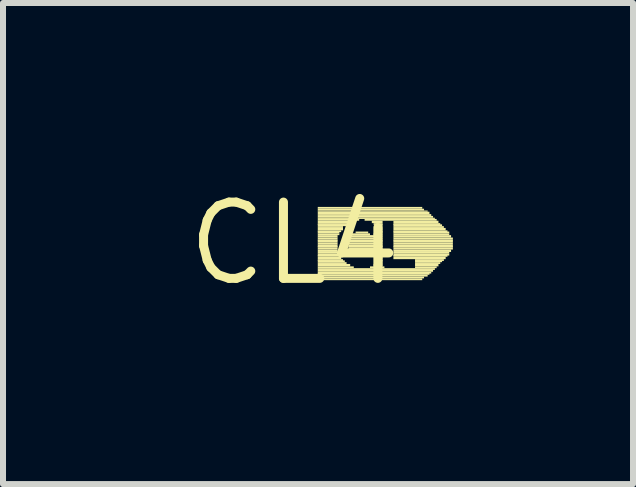
<source format=kicad_pcb>
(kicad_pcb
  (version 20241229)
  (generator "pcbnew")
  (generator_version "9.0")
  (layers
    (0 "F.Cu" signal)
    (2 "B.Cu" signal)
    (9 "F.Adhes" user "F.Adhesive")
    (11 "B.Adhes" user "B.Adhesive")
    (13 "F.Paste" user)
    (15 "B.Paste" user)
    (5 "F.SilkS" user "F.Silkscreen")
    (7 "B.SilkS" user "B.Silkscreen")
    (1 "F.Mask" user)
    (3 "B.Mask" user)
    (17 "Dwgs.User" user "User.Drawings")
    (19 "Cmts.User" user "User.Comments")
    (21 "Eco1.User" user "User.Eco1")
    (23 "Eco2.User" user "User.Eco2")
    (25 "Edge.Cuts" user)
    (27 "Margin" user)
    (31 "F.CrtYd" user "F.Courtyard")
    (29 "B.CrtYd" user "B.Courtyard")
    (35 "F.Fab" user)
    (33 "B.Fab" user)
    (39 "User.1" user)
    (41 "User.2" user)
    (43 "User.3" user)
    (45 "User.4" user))
  (footprint "CL4"
    (layer "F.Cu")
    (at 1.852 1.006)
    (property "Reference" "CL4" (at 0 0 0) (layer "F.SilkS") (effects (font (size 1.27 1.27) (thickness 0.15))))
    (attr through_hole)
    (fp_poly (pts (xy 0.39 -0.58) (xy 2.13 -0.58) (xy 2.13 -0.61) (xy 0.39 -0.61)) (stroke (width 0) (type solid)) (fill yes) (layer "F.SilkS"))
    (fp_poly (pts (xy 0.39 -0.55) (xy 2.16 -0.55) (xy 2.16 -0.58) (xy 0.39 -0.58)) (stroke (width 0) (type solid)) (fill yes) (layer "F.SilkS"))
    (fp_poly (pts (xy 0.39 -0.53) (xy 2.22 -0.53) (xy 2.22 -0.55) (xy 0.39 -0.55)) (stroke (width 0) (type solid)) (fill yes) (layer "F.SilkS"))
    (fp_poly (pts (xy 0.39 -0.49) (xy 2.25 -0.49) (xy 2.25 -0.53) (xy 0.39 -0.53)) (stroke (width 0) (type solid)) (fill yes) (layer "F.SilkS"))
    (fp_poly (pts (xy 0.39 -0.46) (xy 2.28 -0.46) (xy 2.28 -0.49) (xy 0.39 -0.49)) (stroke (width 0) (type solid)) (fill yes) (layer "F.SilkS"))
    (fp_poly (pts (xy 0.39 -0.43) (xy 2.31 -0.43) (xy 2.31 -0.46) (xy 0.39 -0.46)) (stroke (width 0) (type solid)) (fill yes) (layer "F.SilkS"))
    (fp_poly (pts (xy 0.39 -0.41) (xy 2.34 -0.41) (xy 2.34 -0.43) (xy 0.39 -0.43)) (stroke (width 0) (type solid)) (fill yes) (layer "F.SilkS"))
    (fp_poly (pts (xy 0.39 -0.38) (xy 1.08 -0.38) (xy 1.08 -0.41) (xy 0.39 -0.41)) (stroke (width 0) (type solid)) (fill yes) (layer "F.SilkS"))
    (fp_poly (pts (xy 0.39 -0.34) (xy 0.96 -0.34) (xy 0.96 -0.38) (xy 0.39 -0.38)) (stroke (width 0) (type solid)) (fill yes) (layer "F.SilkS"))
    (fp_poly (pts (xy 0.39 -0.31) (xy 0.9 -0.31) (xy 0.9 -0.34) (xy 0.39 -0.34)) (stroke (width 0) (type solid)) (fill yes) (layer "F.SilkS"))
    (fp_poly (pts (xy 0.39 -0.29) (xy 0.87 -0.29) (xy 0.87 -0.32) (xy 0.39 -0.32)) (stroke (width 0) (type solid)) (fill yes) (layer "F.SilkS"))
    (fp_poly (pts (xy 0.39 -0.26) (xy 0.81 -0.26) (xy 0.81 -0.29) (xy 0.39 -0.29)) (stroke (width 0) (type solid)) (fill yes) (layer "F.SilkS"))
    (fp_poly (pts (xy 0.39 -0.22) (xy 0.81 -0.22) (xy 0.81 -0.26) (xy 0.39 -0.26)) (stroke (width 0) (type solid)) (fill yes) (layer "F.SilkS"))
    (fp_poly (pts (xy 0.39 -0.19) (xy 0.78 -0.19) (xy 0.78 -0.22) (xy 0.39 -0.22)) (stroke (width 0) (type solid)) (fill yes) (layer "F.SilkS"))
    (fp_poly (pts (xy 0.39 -0.17) (xy 0.75 -0.17) (xy 0.75 -0.2) (xy 0.39 -0.2)) (stroke (width 0) (type solid)) (fill yes) (layer "F.SilkS"))
    (fp_poly (pts (xy 0.39 -0.14) (xy 0.75 -0.14) (xy 0.75 -0.17) (xy 0.39 -0.17)) (stroke (width 0) (type solid)) (fill yes) (layer "F.SilkS"))
    (fp_poly (pts (xy 0.39 -0.1) (xy 0.72 -0.1) (xy 0.72 -0.14) (xy 0.39 -0.14)) (stroke (width 0) (type solid)) (fill yes) (layer "F.SilkS"))
    (fp_poly (pts (xy 0.39 -0.07) (xy 0.72 -0.07) (xy 0.72 -0.1) (xy 0.39 -0.1)) (stroke (width 0) (type solid)) (fill yes) (layer "F.SilkS"))
    (fp_poly (pts (xy 0.39 -0.04) (xy 0.72 -0.04) (xy 0.72 -0.07) (xy 0.39 -0.07)) (stroke (width 0) (type solid)) (fill yes) (layer "F.SilkS"))
    (fp_poly (pts (xy 0.39 -0.02) (xy 0.72 -0.02) (xy 0.72 -0.05) (xy 0.39 -0.05)) (stroke (width 0) (type solid)) (fill yes) (layer "F.SilkS"))
    (fp_poly (pts (xy 0.39 0.02) (xy 0.72 0.02) (xy 0.72 -0.02) (xy 0.39 -0.02)) (stroke (width 0) (type solid)) (fill yes) (layer "F.SilkS"))
    (fp_poly (pts (xy 0.39 0.05) (xy 0.72 0.05) (xy 0.72 0.02) (xy 0.39 0.02)) (stroke (width 0) (type solid)) (fill yes) (layer "F.SilkS"))
    (fp_poly (pts (xy 0.39 0.07) (xy 0.72 0.07) (xy 0.72 0.04) (xy 0.39 0.04)) (stroke (width 0) (type solid)) (fill yes) (layer "F.SilkS"))
    (fp_poly (pts (xy 0.39 0.1) (xy 0.72 0.1) (xy 0.72 0.07) (xy 0.39 0.07)) (stroke (width 0) (type solid)) (fill yes) (layer "F.SilkS"))
    (fp_poly (pts (xy 0.39 0.14) (xy 0.72 0.14) (xy 0.72 0.1) (xy 0.39 0.1)) (stroke (width 0) (type solid)) (fill yes) (layer "F.SilkS"))
    (fp_poly (pts (xy 0.39 0.17) (xy 0.75 0.17) (xy 0.75 0.14) (xy 0.39 0.14)) (stroke (width 0) (type solid)) (fill yes) (layer "F.SilkS"))
    (fp_poly (pts (xy 0.39 0.2) (xy 0.75 0.2) (xy 0.75 0.17) (xy 0.39 0.17)) (stroke (width 0) (type solid)) (fill yes) (layer "F.SilkS"))
    (fp_poly (pts (xy 0.39 0.22) (xy 0.78 0.22) (xy 0.78 0.19) (xy 0.39 0.19)) (stroke (width 0) (type solid)) (fill yes) (layer "F.SilkS"))
    (fp_poly (pts (xy 0.39 0.26) (xy 0.78 0.26) (xy 0.78 0.22) (xy 0.39 0.22)) (stroke (width 0) (type solid)) (fill yes) (layer "F.SilkS"))
    (fp_poly (pts (xy 0.39 0.29) (xy 0.81 0.29) (xy 0.81 0.26) (xy 0.39 0.26)) (stroke (width 0) (type solid)) (fill yes) (layer "F.SilkS"))
    (fp_poly (pts (xy 0.39 0.31) (xy 0.84 0.31) (xy 0.84 0.28) (xy 0.39 0.28)) (stroke (width 0) (type solid)) (fill yes) (layer "F.SilkS"))
    (fp_poly (pts (xy 0.39 0.34) (xy 0.87 0.34) (xy 0.87 0.31) (xy 0.39 0.31)) (stroke (width 0) (type solid)) (fill yes) (layer "F.SilkS"))
    (fp_poly (pts (xy 0.39 0.38) (xy 0.93 0.38) (xy 0.93 0.34) (xy 0.39 0.34)) (stroke (width 0) (type solid)) (fill yes) (layer "F.SilkS"))
    (fp_poly (pts (xy 0.39 0.41) (xy 0.99 0.41) (xy 0.99 0.38) (xy 0.39 0.38)) (stroke (width 0) (type solid)) (fill yes) (layer "F.SilkS"))
    (fp_poly (pts (xy 0.39 0.44) (xy 2.34 0.44) (xy 2.34 0.41) (xy 0.39 0.41)) (stroke (width 0) (type solid)) (fill yes) (layer "F.SilkS"))
    (fp_poly (pts (xy 0.39 0.47) (xy 2.31 0.47) (xy 2.31 0.44) (xy 0.39 0.44)) (stroke (width 0) (type solid)) (fill yes) (layer "F.SilkS"))
    (fp_poly (pts (xy 0.39 0.5) (xy 2.28 0.5) (xy 2.28 0.47) (xy 0.39 0.47)) (stroke (width 0) (type solid)) (fill yes) (layer "F.SilkS"))
    (fp_poly (pts (xy 0.39 0.52) (xy 2.25 0.52) (xy 2.25 0.49) (xy 0.39 0.49)) (stroke (width 0) (type solid)) (fill yes) (layer "F.SilkS"))
    (fp_poly (pts (xy 0.39 0.55) (xy 2.22 0.55) (xy 2.22 0.52) (xy 0.39 0.52)) (stroke (width 0) (type solid)) (fill yes) (layer "F.SilkS"))
    (fp_poly (pts (xy 0.39 0.58) (xy 2.16 0.58) (xy 2.16 0.55) (xy 0.39 0.55)) (stroke (width 0) (type solid)) (fill yes) (layer "F.SilkS"))
    (fp_poly (pts (xy 0.39 0.61) (xy 2.13 0.61) (xy 2.13 0.58) (xy 0.39 0.58)) (stroke (width 0) (type solid)) (fill yes) (layer "F.SilkS"))
    (fp_poly (pts (xy 0.9 -0.04) (xy 1.47 -0.04) (xy 1.47 -0.07) (xy 0.9 -0.07)) (stroke (width 0) (type solid)) (fill yes) (layer "F.SilkS"))
    (fp_poly (pts (xy 0.9 -0.02) (xy 1.47 -0.02) (xy 1.47 -0.05) (xy 0.9 -0.05)) (stroke (width 0) (type solid)) (fill yes) (layer "F.SilkS"))
    (fp_poly (pts (xy 0.9 0.02) (xy 1.47 0.02) (xy 1.47 -0.02) (xy 0.9 -0.02)) (stroke (width 0) (type solid)) (fill yes) (layer "F.SilkS"))
    (fp_poly (pts (xy 0.9 0.05) (xy 1.47 0.05) (xy 1.47 0.02) (xy 0.9 0.02)) (stroke (width 0) (type solid)) (fill yes) (layer "F.SilkS"))
    (fp_poly (pts (xy 0.9 0.07) (xy 1.47 0.07) (xy 1.47 0.04) (xy 0.9 0.04)) (stroke (width 0) (type solid)) (fill yes) (layer "F.SilkS"))
    (fp_poly (pts (xy 0.9 0.1) (xy 1.47 0.1) (xy 1.47 0.07) (xy 0.9 0.07)) (stroke (width 0) (type solid)) (fill yes) (layer "F.SilkS"))
    (fp_poly (pts (xy 0.93 -0.1) (xy 1.47 -0.1) (xy 1.47 -0.14) (xy 0.93 -0.14)) (stroke (width 0) (type solid)) (fill yes) (layer "F.SilkS"))
    (fp_poly (pts (xy 0.93 -0.07) (xy 1.47 -0.07) (xy 1.47 -0.1) (xy 0.93 -0.1)) (stroke (width 0) (type solid)) (fill yes) (layer "F.SilkS"))
    (fp_poly (pts (xy 0.93 0.14) (xy 1.47 0.14) (xy 1.47 0.1) (xy 0.93 0.1)) (stroke (width 0) (type solid)) (fill yes) (layer "F.SilkS"))
    (fp_poly (pts (xy 0.96 -0.14) (xy 1.26 -0.14) (xy 1.26 -0.17) (xy 0.96 -0.17)) (stroke (width 0) (type solid)) (fill yes) (layer "F.SilkS"))
    (fp_poly (pts (xy 0.96 0.17) (xy 1.47 0.17) (xy 1.47 0.14) (xy 0.96 0.14)) (stroke (width 0) (type solid)) (fill yes) (layer "F.SilkS"))
    (fp_poly (pts (xy 0.99 0.2) (xy 1.26 0.2) (xy 1.26 0.17) (xy 0.99 0.17)) (stroke (width 0) (type solid)) (fill yes) (layer "F.SilkS"))
    (fp_poly (pts (xy 1.02 -0.17) (xy 1.23 -0.17) (xy 1.23 -0.2) (xy 1.02 -0.2)) (stroke (width 0) (type solid)) (fill yes) (layer "F.SilkS"))
    (fp_poly (pts (xy 1.05 0.22) (xy 1.2 0.22) (xy 1.2 0.19) (xy 1.05 0.19)) (stroke (width 0) (type solid)) (fill yes) (layer "F.SilkS"))
    (fp_poly (pts (xy 1.17 -0.38) (xy 2.37 -0.38) (xy 2.37 -0.41) (xy 1.17 -0.41)) (stroke (width 0) (type solid)) (fill yes) (layer "F.SilkS"))
    (fp_poly (pts (xy 1.26 0.41) (xy 1.5 0.41) (xy 1.5 0.38) (xy 1.26 0.38)) (stroke (width 0) (type solid)) (fill yes) (layer "F.SilkS"))
    (fp_poly (pts (xy 1.29 -0.34) (xy 1.47 -0.34) (xy 1.47 -0.38) (xy 1.29 -0.38)) (stroke (width 0) (type solid)) (fill yes) (layer "F.SilkS"))
    (fp_poly (pts (xy 1.32 -0.31) (xy 1.47 -0.31) (xy 1.47 -0.34) (xy 1.32 -0.34)) (stroke (width 0) (type solid)) (fill yes) (layer "F.SilkS"))
    (fp_poly (pts (xy 1.32 -0.14) (xy 1.47 -0.14) (xy 1.47 -0.17) (xy 1.32 -0.17)) (stroke (width 0) (type solid)) (fill yes) (layer "F.SilkS"))
    (fp_poly (pts (xy 1.32 0.2) (xy 1.47 0.2) (xy 1.47 0.17) (xy 1.32 0.17)) (stroke (width 0) (type solid)) (fill yes) (layer "F.SilkS"))
    (fp_poly (pts (xy 1.32 0.38) (xy 1.47 0.38) (xy 1.47 0.34) (xy 1.32 0.34)) (stroke (width 0) (type solid)) (fill yes) (layer "F.SilkS"))
    (fp_poly (pts (xy 1.35 -0.17) (xy 1.47 -0.17) (xy 1.47 -0.2) (xy 1.35 -0.2)) (stroke (width 0) (type solid)) (fill yes) (layer "F.SilkS"))
    (fp_poly (pts (xy 1.35 0.22) (xy 1.47 0.22) (xy 1.47 0.19) (xy 1.35 0.19)) (stroke (width 0) (type solid)) (fill yes) (layer "F.SilkS"))
    (fp_poly (pts (xy 1.35 0.34) (xy 1.47 0.34) (xy 1.47 0.31) (xy 1.35 0.31)) (stroke (width 0) (type solid)) (fill yes) (layer "F.SilkS"))
    (fp_poly (pts (xy 1.38 -0.29) (xy 1.47 -0.29) (xy 1.47 -0.32) (xy 1.38 -0.32)) (stroke (width 0) (type solid)) (fill yes) (layer "F.SilkS"))
    (fp_poly (pts (xy 1.38 -0.26) (xy 1.47 -0.26) (xy 1.47 -0.29) (xy 1.38 -0.29)) (stroke (width 0) (type solid)) (fill yes) (layer "F.SilkS"))
    (fp_poly (pts (xy 1.38 -0.22) (xy 1.47 -0.22) (xy 1.47 -0.26) (xy 1.38 -0.26)) (stroke (width 0) (type solid)) (fill yes) (layer "F.SilkS"))
    (fp_poly (pts (xy 1.38 -0.19) (xy 1.47 -0.19) (xy 1.47 -0.22) (xy 1.38 -0.22)) (stroke (width 0) (type solid)) (fill yes) (layer "F.SilkS"))
    (fp_poly (pts (xy 1.38 0.26) (xy 1.47 0.26) (xy 1.47 0.22) (xy 1.38 0.22)) (stroke (width 0) (type solid)) (fill yes) (layer "F.SilkS"))
    (fp_poly (pts (xy 1.38 0.29) (xy 1.47 0.29) (xy 1.47 0.26) (xy 1.38 0.26)) (stroke (width 0) (type solid)) (fill yes) (layer "F.SilkS"))
    (fp_poly (pts (xy 1.38 0.31) (xy 1.47 0.31) (xy 1.47 0.28) (xy 1.38 0.28)) (stroke (width 0) (type solid)) (fill yes) (layer "F.SilkS"))
    (fp_poly (pts (xy 1.65 -0.34) (xy 2.4 -0.34) (xy 2.4 -0.38) (xy 1.65 -0.38)) (stroke (width 0) (type solid)) (fill yes) (layer "F.SilkS"))
    (fp_poly (pts (xy 1.65 -0.31) (xy 2.43 -0.31) (xy 2.43 -0.34) (xy 1.65 -0.34)) (stroke (width 0) (type solid)) (fill yes) (layer "F.SilkS"))
    (fp_poly (pts (xy 1.65 -0.29) (xy 2.46 -0.29) (xy 2.46 -0.32) (xy 1.65 -0.32)) (stroke (width 0) (type solid)) (fill yes) (layer "F.SilkS"))
    (fp_poly (pts (xy 1.65 -0.26) (xy 2.49 -0.26) (xy 2.49 -0.29) (xy 1.65 -0.29)) (stroke (width 0) (type solid)) (fill yes) (layer "F.SilkS"))
    (fp_poly (pts (xy 1.65 -0.22) (xy 2.52 -0.22) (xy 2.52 -0.26) (xy 1.65 -0.26)) (stroke (width 0) (type solid)) (fill yes) (layer "F.SilkS"))
    (fp_poly (pts (xy 1.65 -0.19) (xy 2.55 -0.19) (xy 2.55 -0.22) (xy 1.65 -0.22)) (stroke (width 0) (type solid)) (fill yes) (layer "F.SilkS"))
    (fp_poly (pts (xy 1.65 -0.17) (xy 2.58 -0.17) (xy 2.58 -0.2) (xy 1.65 -0.2)) (stroke (width 0) (type solid)) (fill yes) (layer "F.SilkS"))
    (fp_poly (pts (xy 1.65 -0.14) (xy 2.58 -0.14) (xy 2.58 -0.17) (xy 1.65 -0.17)) (stroke (width 0) (type solid)) (fill yes) (layer "F.SilkS"))
    (fp_poly (pts (xy 1.65 -0.1) (xy 2.61 -0.1) (xy 2.61 -0.14) (xy 1.65 -0.14)) (stroke (width 0) (type solid)) (fill yes) (layer "F.SilkS"))
    (fp_poly (pts (xy 1.65 -0.07) (xy 2.64 -0.07) (xy 2.64 -0.1) (xy 1.65 -0.1)) (stroke (width 0) (type solid)) (fill yes) (layer "F.SilkS"))
    (fp_poly (pts (xy 1.65 -0.04) (xy 2.64 -0.04) (xy 2.64 -0.07) (xy 1.65 -0.07)) (stroke (width 0) (type solid)) (fill yes) (layer "F.SilkS"))
    (fp_poly (pts (xy 1.65 -0.02) (xy 2.64 -0.02) (xy 2.64 -0.05) (xy 1.65 -0.05)) (stroke (width 0) (type solid)) (fill yes) (layer "F.SilkS"))
    (fp_poly (pts (xy 1.65 0.02) (xy 2.64 0.02) (xy 2.64 -0.02) (xy 1.65 -0.02)) (stroke (width 0) (type solid)) (fill yes) (layer "F.SilkS"))
    (fp_poly (pts (xy 1.65 0.05) (xy 2.64 0.05) (xy 2.64 0.02) (xy 1.65 0.02)) (stroke (width 0) (type solid)) (fill yes) (layer "F.SilkS"))
    (fp_poly (pts (xy 1.65 0.07) (xy 2.64 0.07) (xy 2.64 0.04) (xy 1.65 0.04)) (stroke (width 0) (type solid)) (fill yes) (layer "F.SilkS"))
    (fp_poly (pts (xy 1.65 0.1) (xy 2.64 0.1) (xy 2.64 0.07) (xy 1.65 0.07)) (stroke (width 0) (type solid)) (fill yes) (layer "F.SilkS"))
    (fp_poly (pts (xy 1.65 0.14) (xy 2.61 0.14) (xy 2.61 0.1) (xy 1.65 0.1)) (stroke (width 0) (type solid)) (fill yes) (layer "F.SilkS"))
    (fp_poly (pts (xy 1.65 0.17) (xy 2.58 0.17) (xy 2.58 0.14) (xy 1.65 0.14)) (stroke (width 0) (type solid)) (fill yes) (layer "F.SilkS"))
    (fp_poly (pts (xy 1.65 0.2) (xy 2.58 0.2) (xy 2.58 0.17) (xy 1.65 0.17)) (stroke (width 0) (type solid)) (fill yes) (layer "F.SilkS"))
    (fp_poly (pts (xy 1.65 0.22) (xy 2.55 0.22) (xy 2.55 0.19) (xy 1.65 0.19)) (stroke (width 0) (type solid)) (fill yes) (layer "F.SilkS"))
    (fp_poly (pts (xy 1.65 0.26) (xy 2.52 0.26) (xy 2.52 0.22) (xy 1.65 0.22)) (stroke (width 0) (type solid)) (fill yes) (layer "F.SilkS"))
    (fp_poly (pts (xy 2.01 0.29) (xy 2.49 0.29) (xy 2.49 0.26) (xy 2.01 0.26)) (stroke (width 0) (type solid)) (fill yes) (layer "F.SilkS"))
    (fp_poly (pts (xy 2.01 0.31) (xy 2.46 0.31) (xy 2.46 0.28) (xy 2.01 0.28)) (stroke (width 0) (type solid)) (fill yes) (layer "F.SilkS"))
    (fp_poly (pts (xy 2.01 0.34) (xy 2.43 0.34) (xy 2.43 0.31) (xy 2.01 0.31)) (stroke (width 0) (type solid)) (fill yes) (layer "F.SilkS"))
    (fp_poly (pts (xy 2.01 0.38) (xy 2.4 0.38) (xy 2.4 0.34) (xy 2.01 0.34)) (stroke (width 0) (type solid)) (fill yes) (layer "F.SilkS"))
    (fp_poly (pts (xy 2.01 0.41) (xy 2.37 0.41) (xy 2.37 0.38) (xy 2.01 0.38)) (stroke (width 0) (type solid)) (fill yes) (layer "F.SilkS")))
  (gr_rect
    (start -3 -3)
    (end 7.492 5.012)
    (stroke (width 0.1) (type default))
    (fill no)
    (layer "Edge.Cuts")))
</source>
